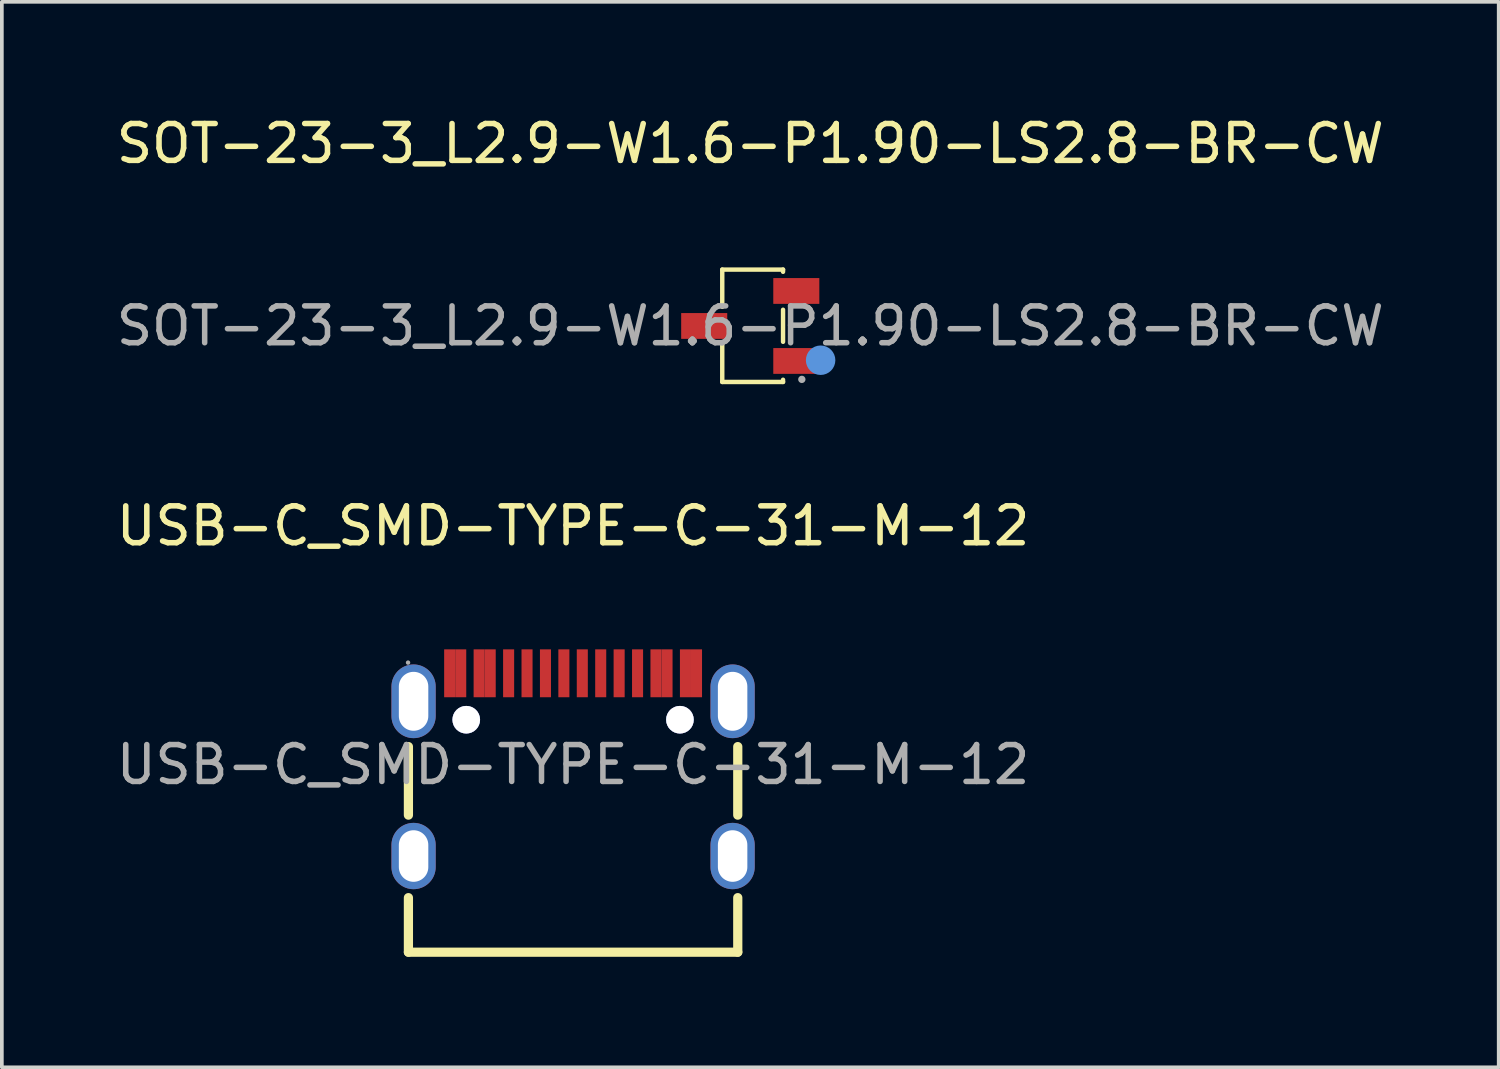
<source format=kicad_pcb>
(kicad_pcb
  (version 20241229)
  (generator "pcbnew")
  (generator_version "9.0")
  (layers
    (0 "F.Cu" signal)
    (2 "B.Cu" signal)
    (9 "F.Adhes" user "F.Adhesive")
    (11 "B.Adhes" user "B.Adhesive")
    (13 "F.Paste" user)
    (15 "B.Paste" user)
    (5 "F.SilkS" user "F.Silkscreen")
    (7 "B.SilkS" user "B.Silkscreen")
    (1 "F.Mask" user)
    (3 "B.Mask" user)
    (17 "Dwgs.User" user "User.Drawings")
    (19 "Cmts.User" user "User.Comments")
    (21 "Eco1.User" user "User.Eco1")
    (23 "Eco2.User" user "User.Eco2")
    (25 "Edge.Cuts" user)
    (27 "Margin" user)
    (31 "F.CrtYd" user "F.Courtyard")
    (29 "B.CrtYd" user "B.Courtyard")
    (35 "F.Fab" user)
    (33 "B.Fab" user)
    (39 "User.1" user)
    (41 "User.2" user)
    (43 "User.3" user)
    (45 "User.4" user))
  (footprint "USB-C_SMD-TYPE-C-31-M-12"
    (layer "F.Cu")
    (at 12.506 17.706)
    (property "Reference" "USB-C_SMD-TYPE-C-31-M-12" (at 0 -6.48 0) (layer "F.SilkS") (effects (font (size 1 1) (thickness 0.15))))
    (attr smd)
    (fp_line (start -4.47 1.37) (end -4.47 -0.49) (stroke (width 0.25) (type solid)) (layer "F.SilkS"))
    (fp_line (start -4.47 5.09) (end -4.47 3.61) (stroke (width 0.25) (type solid)) (layer "F.SilkS"))
    (fp_line (start 4.47 1.37) (end 4.47 -0.49) (stroke (width 0.25) (type solid)) (layer "F.SilkS"))
    (fp_line (start 4.47 5.09) (end -4.47 5.09) (stroke (width 0.25) (type solid)) (layer "F.SilkS"))
    (fp_line (start 4.47 5.09) (end 4.47 3.61) (stroke (width 0.25) (type solid)) (layer "F.SilkS"))
    (fp_circle (center -2.9 -1.22) (end -2.78 -1.22) (stroke (width 0.25) (type solid)) (fill no) (layer "Cmts.User"))
    (fp_circle (center 2.9 -1.22) (end 3.02 -1.22) (stroke (width 0.25) (type solid)) (fill no) (layer "Cmts.User"))
    (fp_circle (center -4.48 -2.77) (end -4.45 -2.77) (stroke (width 0.06) (type solid)) (fill no) (layer "F.Fab"))
    (fp_text user "${REFERENCE}" (at 0 0 0) (layer "F.Fab") (effects (font (size 1 1) (thickness 0.15))))
    (pad "" thru_hole circle (at -2.9 -1.22) (size 0.75 0.75) (drill 0.75) (layers "*.Cu" "*.Mask"))
    (pad "" thru_hole circle (at 2.9 -1.22) (size 0.75 0.75) (drill 0.75) (layers "*.Cu" "*.Mask"))
    (pad "0" thru_hole oval (at -4.33 -1.72) (size 1.2 2) (drill oval 0.8 1.6) (layers "*.Cu" "*.Paste" "*.Mask"))
    (pad "1" thru_hole oval (at 4.33 -1.72) (size 1.2 2) (drill oval 0.8 1.6) (layers "*.Cu" "*.Paste" "*.Mask"))
    (pad "2" thru_hole oval (at 4.33 2.48) (size 1.2 1.8) (drill oval 0.8 1.4) (layers "*.Cu" "*.Paste" "*.Mask"))
    (pad "3" thru_hole oval (at -4.33 2.48) (size 1.2 1.8) (drill oval 0.8 1.4) (layers "*.Cu" "*.Paste" "*.Mask"))
    (pad "A1" smd rect (at -3.35 -2.48) (size 0.3 1.3) (layers "F.Cu" "F.Mask" "F.Paste"))
    (pad "A4" smd rect (at -2.55 -2.48) (size 0.3 1.3) (layers "F.Cu" "F.Mask" "F.Paste"))
    (pad "A5" smd rect (at -1.25 -2.48) (size 0.3 1.3) (layers "F.Cu" "F.Mask" "F.Paste"))
    (pad "A6" smd rect (at -0.25 -2.48) (size 0.3 1.3) (layers "F.Cu" "F.Mask" "F.Paste"))
    (pad "A7" smd rect (at 0.25 -2.48) (size 0.3 1.3) (layers "F.Cu" "F.Mask" "F.Paste"))
    (pad "A8" smd rect (at 1.25 -2.48) (size 0.3 1.3) (layers "F.Cu" "F.Mask" "F.Paste"))
    (pad "A9" smd rect (at 2.55 -2.48) (size 0.3 1.3) (layers "F.Cu" "F.Mask" "F.Paste"))
    (pad "A12" smd rect (at 3.35 -2.48) (size 0.3 1.3) (layers "F.Cu" "F.Mask" "F.Paste"))
    (pad "B1" smd rect (at 3.05 -2.48) (size 0.3 1.3) (layers "F.Cu" "F.Mask" "F.Paste"))
    (pad "B4" smd rect (at 2.25 -2.48) (size 0.3 1.3) (layers "F.Cu" "F.Mask" "F.Paste"))
    (pad "B5" smd rect (at 1.75 -2.48) (size 0.3 1.3) (layers "F.Cu" "F.Mask" "F.Paste"))
    (pad "B6" smd rect (at 0.75 -2.48) (size 0.3 1.3) (layers "F.Cu" "F.Mask" "F.Paste"))
    (pad "B7" smd rect (at -0.75 -2.48) (size 0.3 1.3) (layers "F.Cu" "F.Mask" "F.Paste"))
    (pad "B8" smd rect (at -1.75 -2.48) (size 0.3 1.3) (layers "F.Cu" "F.Mask" "F.Paste"))
    (pad "B9" smd rect (at -2.25 -2.48) (size 0.3 1.3) (layers "F.Cu" "F.Mask" "F.Paste"))
    (pad "B12" smd rect (at -3.05 -2.48) (size 0.3 1.3) (layers "F.Cu" "F.Mask" "F.Paste")))
  (footprint "SOT-23-3_L2.9-W1.6-P1.90-LS2.8-BR-CW"
    (layer "F.Cu")
    (at 17.315 5.798)
    (property "Reference" "SOT-23-3_L2.9-W1.6-P1.90-LS2.8-BR-CW" (at 0 -4.95 0) (layer "F.SilkS") (effects (font (size 1 1) (thickness 0.15))))
    (attr smd)
    (fp_line (start -0.76 -1.53) (end 0.89 -1.53) (stroke (width 0.12) (type solid)) (layer "F.SilkS"))
    (fp_line (start -0.76 -0.52) (end -0.76 -1.53) (stroke (width 0.12) (type solid)) (layer "F.SilkS"))
    (fp_line (start -0.76 1.52) (end -0.76 0.51) (stroke (width 0.12) (type solid)) (layer "F.SilkS"))
    (fp_line (start 0.89 -1.53) (end 0.89 -1.47) (stroke (width 0.12) (type solid)) (layer "F.SilkS"))
    (fp_line (start 0.89 -0.44) (end 0.89 0.43) (stroke (width 0.12) (type solid)) (layer "F.SilkS"))
    (fp_line (start 0.89 1.46) (end 0.89 1.52) (stroke (width 0.12) (type solid)) (layer "F.SilkS"))
    (fp_line (start 0.89 1.52) (end -0.76 1.52) (stroke (width 0.12) (type solid)) (layer "F.SilkS"))
    (fp_circle (center 1.91 0.93) (end 2.11 0.93) (stroke (width 0.4) (type solid)) (fill no) (layer "Cmts.User"))
    (fp_circle (center 1.4 1.45) (end 1.45 1.45) (stroke (width 0.1) (type solid)) (fill no) (layer "F.Fab"))
    (fp_text user "${REFERENCE}" (at 0 0 0) (layer "F.Fab") (effects (font (size 1 1) (thickness 0.15))))
    (pad "1" smd rect (at 1.25 0.95 270) (size 0.7 1.25) (layers "F.Cu" "F.Mask" "F.Paste"))
    (pad "2" smd rect (at -1.25 0 270) (size 0.7 1.25) (layers "F.Cu" "F.Mask" "F.Paste"))
    (pad "3" smd rect (at 1.25 -0.95 270) (size 0.7 1.25) (layers "F.Cu" "F.Mask" "F.Paste")))
  (gr_rect
    (start -3 -3)
    (end 37.631 25.922)
    (stroke (width 0.1) (type default))
    (fill no)
    (layer "Edge.Cuts")))
</source>
